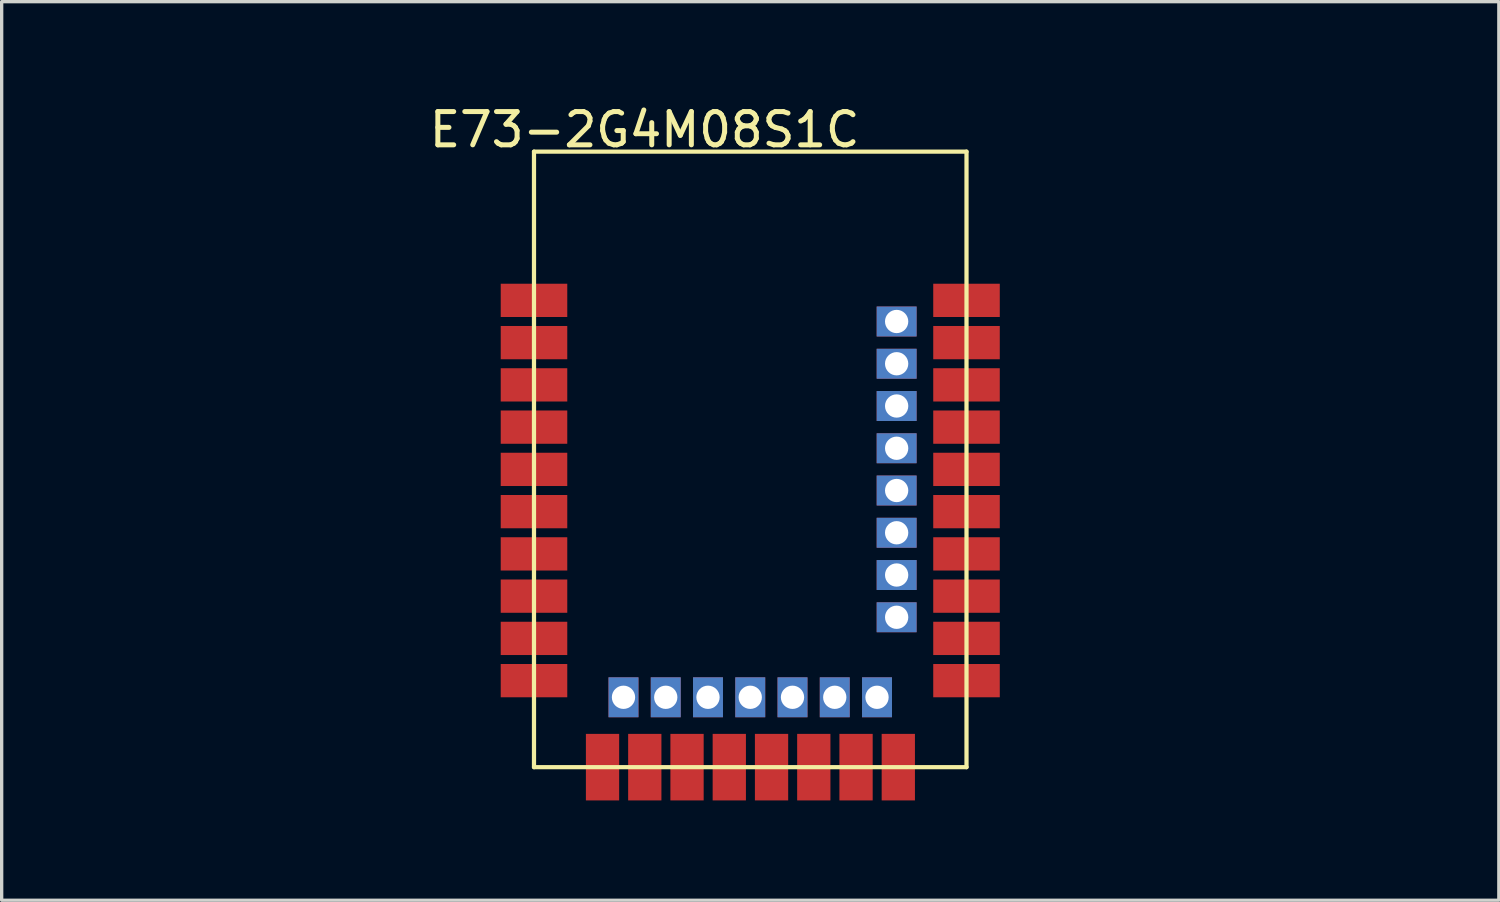
<source format=kicad_pcb>
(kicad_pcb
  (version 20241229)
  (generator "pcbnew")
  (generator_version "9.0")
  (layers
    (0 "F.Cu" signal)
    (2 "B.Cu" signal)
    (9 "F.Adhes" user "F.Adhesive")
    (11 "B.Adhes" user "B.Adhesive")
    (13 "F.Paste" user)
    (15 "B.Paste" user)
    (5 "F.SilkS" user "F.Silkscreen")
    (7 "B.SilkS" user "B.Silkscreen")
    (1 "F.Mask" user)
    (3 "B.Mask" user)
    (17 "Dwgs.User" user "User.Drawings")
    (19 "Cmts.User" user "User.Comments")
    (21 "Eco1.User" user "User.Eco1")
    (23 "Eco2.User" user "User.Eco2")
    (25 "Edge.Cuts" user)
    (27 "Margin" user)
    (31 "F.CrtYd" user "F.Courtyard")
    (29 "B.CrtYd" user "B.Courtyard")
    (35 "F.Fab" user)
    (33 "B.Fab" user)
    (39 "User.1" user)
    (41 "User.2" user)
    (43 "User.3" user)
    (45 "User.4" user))
  (footprint "E73-2G4M08S1C"
    (layer "F.Cu")
    (at 19.5 11.008)
    (property "Reference" "E73-2G4M08S1C" (at -3.175 -10.16 0) (layer "F.SilkS") (effects (font (size 1 1) (thickness 0.15))))
    (attr smd)
    (fp_line (start -6.5 -9.5) (end -6.5 9) (stroke (width 0.127) (type solid)) (layer "F.SilkS"))
    (fp_line (start -6.5 9) (end 6.5 9) (stroke (width 0.127) (type solid)) (layer "F.SilkS"))
    (fp_line (start 6.5 -9.5) (end -6.5 -9.5) (stroke (width 0.127) (type solid)) (layer "F.SilkS"))
    (fp_line (start 6.5 9) (end 6.5 -9.5) (stroke (width 0.127) (type solid)) (layer "F.SilkS"))
    (pad "1" smd rect (at -6.5 -5.03) (size 2 1) (layers "F.Cu" "F.Mask" "F.Paste"))
    (pad "2" smd rect (at -6.5 -3.76) (size 2 1) (layers "F.Cu" "F.Mask" "F.Paste"))
    (pad "3" smd rect (at -6.5 -2.49) (size 2 1) (layers "F.Cu" "F.Mask" "F.Paste"))
    (pad "4" smd rect (at -6.5 -1.22) (size 2 1) (layers "F.Cu" "F.Mask" "F.Paste"))
    (pad "5" smd rect (at -6.5 0.05) (size 2 1) (layers "F.Cu" "F.Mask" "F.Paste"))
    (pad "6" smd rect (at -6.5 1.32) (size 2 1) (layers "F.Cu" "F.Mask" "F.Paste"))
    (pad "7" smd rect (at -6.5 2.59) (size 2 1) (layers "F.Cu" "F.Mask" "F.Paste"))
    (pad "8" smd rect (at -6.5 3.86) (size 2 1) (layers "F.Cu" "F.Mask" "F.Paste"))
    (pad "9" smd rect (at -6.5 5.13) (size 2 1) (layers "F.Cu" "F.Mask" "F.Paste"))
    (pad "10" smd rect (at -6.5 6.4) (size 2 1) (layers "F.Cu" "F.Mask" "F.Paste"))
    (pad "11" smd rect (at -4.44 9) (size 1 2) (layers "F.Cu" "F.Mask" "F.Paste"))
    (pad "12" thru_hole rect (at -3.81 6.9) (size 0.9 1.2) (drill 0.7) (layers "*.Cu" "*.Mask"))
    (pad "13" smd rect (at -3.17 9) (size 1 2) (layers "F.Cu" "F.Mask" "F.Paste"))
    (pad "14" thru_hole rect (at -2.54 6.9) (size 0.9 1.2) (drill 0.7) (layers "*.Cu" "*.Mask"))
    (pad "15" smd rect (at -1.9 9) (size 1 2) (layers "F.Cu" "F.Mask" "F.Paste"))
    (pad "16" thru_hole rect (at -1.27 6.9) (size 0.9 1.2) (drill 0.7) (layers "*.Cu" "*.Mask"))
    (pad "17" smd rect (at -0.63 9) (size 1 2) (layers "F.Cu" "F.Mask" "F.Paste"))
    (pad "18" thru_hole rect (at 0 6.9) (size 0.9 1.2) (drill 0.7) (layers "*.Cu" "*.Mask"))
    (pad "19" smd rect (at 0.64 9) (size 1 2) (layers "F.Cu" "F.Mask" "F.Paste"))
    (pad "20" thru_hole rect (at 1.27 6.9) (size 0.9 1.2) (drill 0.7) (layers "*.Cu" "*.Mask"))
    (pad "21" smd rect (at 1.91 9) (size 1 2) (layers "F.Cu" "F.Mask" "F.Paste"))
    (pad "22" thru_hole rect (at 2.54 6.9) (size 0.9 1.2) (drill 0.7) (layers "*.Cu" "*.Mask"))
    (pad "23" smd rect (at 3.18 9) (size 1 2) (layers "F.Cu" "F.Mask" "F.Paste"))
    (pad "24" thru_hole rect (at 3.81 6.9) (size 0.9 1.2) (drill 0.7) (layers "*.Cu" "*.Mask"))
    (pad "25" smd rect (at 4.45 9) (size 1 2) (layers "F.Cu" "F.Mask" "F.Paste"))
    (pad "26" smd rect (at 6.5 6.4) (size 2 1) (layers "F.Cu" "F.Mask" "F.Paste"))
    (pad "27" smd rect (at 6.5 5.13) (size 2 1) (layers "F.Cu" "F.Mask" "F.Paste"))
    (pad "28" thru_hole rect (at 4.4 4.495) (size 1.2 0.9) (drill 0.7) (layers "*.Cu" "*.Mask"))
    (pad "29" smd rect (at 6.5 3.86) (size 2 1) (layers "F.Cu" "F.Mask" "F.Paste"))
    (pad "30" thru_hole rect (at 4.4 3.225) (size 1.2 0.9) (drill 0.7) (layers "*.Cu" "*.Mask"))
    (pad "31" smd rect (at 6.5 2.59) (size 2 1) (layers "F.Cu" "F.Mask" "F.Paste"))
    (pad "32" thru_hole rect (at 4.4 1.955) (size 1.2 0.9) (drill 0.7) (layers "*.Cu" "*.Mask"))
    (pad "33" smd rect (at 6.5 1.32) (size 2 1) (layers "F.Cu" "F.Mask" "F.Paste"))
    (pad "34" thru_hole rect (at 4.4 0.685) (size 1.2 0.9) (drill 0.7) (layers "*.Cu" "*.Mask"))
    (pad "35" smd rect (at 6.5 0.05) (size 2 1) (layers "F.Cu" "F.Mask" "F.Paste"))
    (pad "36" thru_hole rect (at 4.4 -0.585) (size 1.2 0.9) (drill 0.7) (layers "*.Cu" "*.Mask"))
    (pad "37" smd rect (at 6.5 -1.22) (size 2 1) (layers "F.Cu" "F.Mask" "F.Paste"))
    (pad "38" thru_hole rect (at 4.4 -1.855) (size 1.2 0.9) (drill 0.7) (layers "*.Cu" "*.Mask"))
    (pad "39" smd rect (at 6.5 -2.49) (size 2 1) (layers "F.Cu" "F.Mask" "F.Paste"))
    (pad "40" thru_hole rect (at 4.4 -3.125) (size 1.2 0.9) (drill 0.7) (layers "*.Cu" "*.Mask"))
    (pad "41" smd rect (at 6.5 -3.76) (size 2 1) (layers "F.Cu" "F.Mask" "F.Paste"))
    (pad "42" thru_hole rect (at 4.4 -4.395) (size 1.2 0.9) (drill 0.7) (layers "*.Cu" "*.Mask"))
    (pad "43" smd rect (at 6.5 -5.03) (size 2 1) (layers "F.Cu" "F.Mask" "F.Paste"))
    (zone (net_name "") (layers "F.Cu" "B.Cu") (hatch full 0.508) (connect_pads) (min_thickness 0.01) (filled_areas_thickness no) (keepout (tracks allowed) (vias not_allowed) (pads allowed) (copperpour allowed) (footprints allowed)) (placement (enabled no)) (fill) (polygon (pts (xy 0 1.508) (xy 39 1.508) (xy 39 5.008) (xy 0 5.008)))))
  (gr_rect
    (start -3 -3)
    (end 42 24.008)
    (stroke (width 0.1) (type default))
    (fill no)
    (layer "Edge.Cuts")))
</source>
